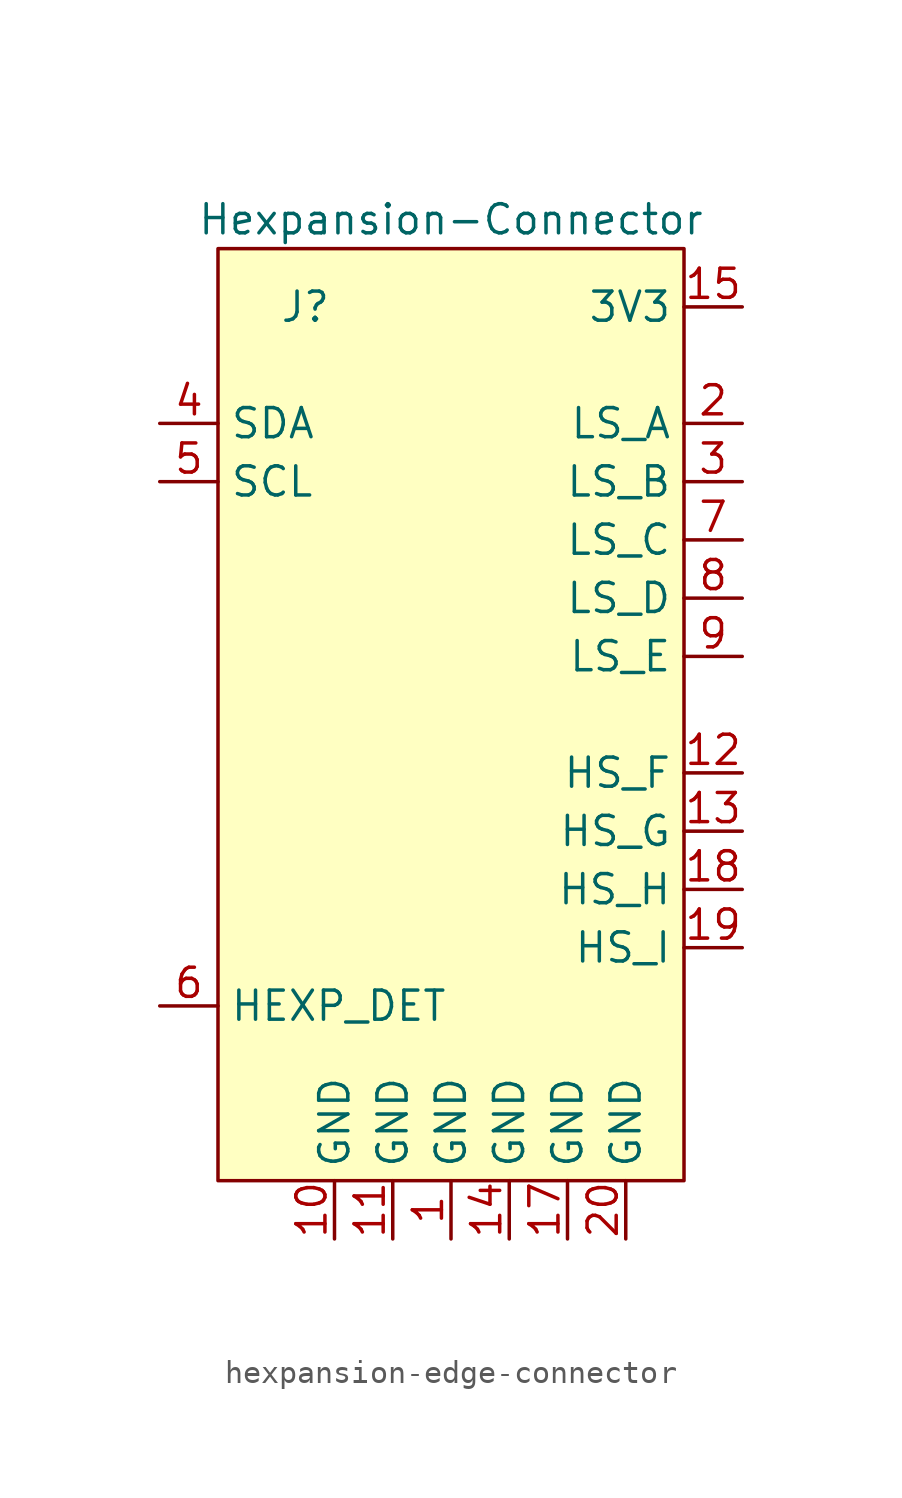
<source format=kicad_sym>
(kicad_symbol_lib
  (version 20231120)
  (generator "kicad_symbol_editor")
  (generator_version "8.0")
  (symbol "hexpansion-edge-connector"
    (property "Reference" "J"
      (at -6.35 17.78 0)
      (effects (font (size 1.27 1.27))))
    (property "Value" "Hexpansion-Connector"
      (at 0 21.59 0)
      (effects (font (size 1.27 1.27))))
    (symbol "hexpansion-edge-connector_1_1"
      (rectangle (start -10.16 20.32) (end 10.16 -20.32) (stroke (width 0) (type default)) (fill (type background)))
      (pin power_out line (at 0 -22.86 90) (length 2.54) (name "GND" (effects (font (size 1.27 1.27)))) (number "1" (effects (font (size 1.27 1.27)))))
      (pin passive line (at -5.08 -22.86 90) (length 2.54) (name "GND" (effects (font (size 1.27 1.27)))) (number "10" (effects (font (size 1.27 1.27)))))
      (pin passive line (at -2.54 -22.86 90) (length 2.54) (name "GND" (effects (font (size 1.27 1.27)))) (number "11" (effects (font (size 1.27 1.27)))))
      (pin bidirectional line (at 12.7 -2.54 180) (length 2.54) (name "HS_F" (effects (font (size 1.27 1.27)))) (number "12" (effects (font (size 1.27 1.27)))))
      (pin bidirectional line (at 12.7 -5.08 180) (length 2.54) (name "HS_G" (effects (font (size 1.27 1.27)))) (number "13" (effects (font (size 1.27 1.27)))))
      (pin passive line (at 2.54 -22.86 90) (length 2.54) (name "GND" (effects (font (size 1.27 1.27)))) (number "14" (effects (font (size 1.27 1.27)))))
      (pin power_out line (at 12.7 17.78 180) (length 2.54) (name "3V3" (effects (font (size 1.27 1.27)))) (number "15" (effects (font (size 1.27 1.27)))))
      (pin passive line (at 12.7 17.78 180) (length 2.54) hide (name "3V3" (effects (font (size 1.27 1.27)))) (number "16" (effects (font (size 1.27 1.27)))))
      (pin passive line (at 5.08 -22.86 90) (length 2.54) (name "GND" (effects (font (size 1.27 1.27)))) (number "17" (effects (font (size 1.27 1.27)))))
      (pin bidirectional line (at 12.7 -7.62 180) (length 2.54) (name "HS_H" (effects (font (size 1.27 1.27)))) (number "18" (effects (font (size 1.27 1.27)))))
      (pin bidirectional line (at 12.7 -10.16 180) (length 2.54) (name "HS_I" (effects (font (size 1.27 1.27)))) (number "19" (effects (font (size 1.27 1.27)))))
      (pin bidirectional line (at 12.7 12.7 180) (length 2.54) (name "LS_A" (effects (font (size 1.27 1.27)))) (number "2" (effects (font (size 1.27 1.27)))))
      (pin passive line (at 7.62 -22.86 90) (length 2.54) (name "GND" (effects (font (size 1.27 1.27)))) (number "20" (effects (font (size 1.27 1.27)))))
      (pin bidirectional line (at 12.7 10.16 180) (length 2.54) (name "LS_B" (effects (font (size 1.27 1.27)))) (number "3" (effects (font (size 1.27 1.27)))))
      (pin bidirectional line (at -12.7 12.7 0) (length 2.54) (name "SDA" (effects (font (size 1.27 1.27)))) (number "4" (effects (font (size 1.27 1.27)))))
      (pin output line (at -12.7 10.16 0) (length 2.54) (name "SCL" (effects (font (size 1.27 1.27)))) (number "5" (effects (font (size 1.27 1.27)))))
      (pin bidirectional line (at -12.7 -12.7 0) (length 2.54) (name "HEXP_DET" (effects (font (size 1.27 1.27)))) (number "6" (effects (font (size 1.27 1.27)))))
      (pin bidirectional line (at 12.7 7.62 180) (length 2.54) (name "LS_C" (effects (font (size 1.27 1.27)))) (number "7" (effects (font (size 1.27 1.27)))))
      (pin bidirectional line (at 12.7 5.08 180) (length 2.54) (name "LS_D" (effects (font (size 1.27 1.27)))) (number "8" (effects (font (size 1.27 1.27)))))
      (pin bidirectional line (at 12.7 2.54 180) (length 2.54) (name "LS_E" (effects (font (size 1.27 1.27)))) (number "9" (effects (font (size 1.27 1.27))))))))
</source>
